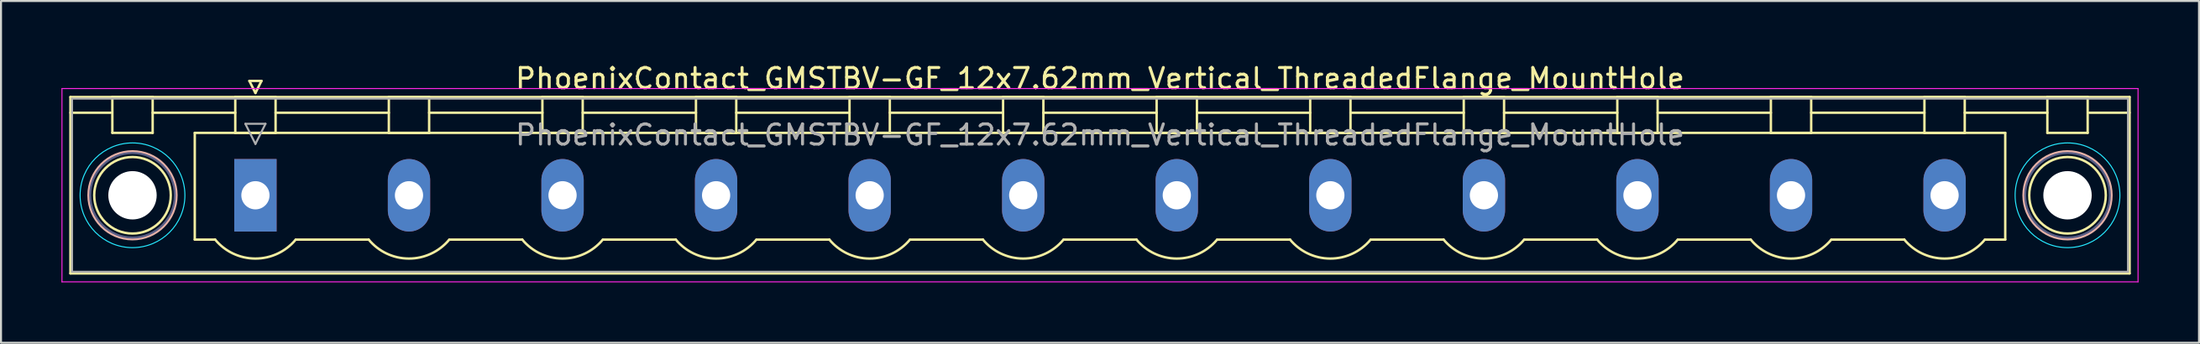
<source format=kicad_pcb>
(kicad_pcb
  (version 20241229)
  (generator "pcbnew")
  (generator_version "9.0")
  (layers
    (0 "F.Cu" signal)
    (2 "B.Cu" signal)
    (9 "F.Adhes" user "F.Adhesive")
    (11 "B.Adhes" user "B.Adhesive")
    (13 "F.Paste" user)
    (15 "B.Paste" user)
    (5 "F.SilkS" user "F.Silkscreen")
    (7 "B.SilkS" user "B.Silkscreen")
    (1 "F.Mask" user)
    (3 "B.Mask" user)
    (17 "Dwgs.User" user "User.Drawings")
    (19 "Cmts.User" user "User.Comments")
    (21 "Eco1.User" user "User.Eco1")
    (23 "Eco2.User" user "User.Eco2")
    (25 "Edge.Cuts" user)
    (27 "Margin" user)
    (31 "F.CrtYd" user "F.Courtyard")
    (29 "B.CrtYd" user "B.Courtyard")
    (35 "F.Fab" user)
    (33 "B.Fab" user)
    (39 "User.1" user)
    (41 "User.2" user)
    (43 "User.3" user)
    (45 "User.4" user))
  (footprint "PhoenixContact_GMSTBV-GF_12x7.62mm_Vertical_ThreadedFlange_MountHole"
    (layer "F.Cu")
    (at 9.625 6.648)
    (property "Reference" "PhoenixContact_GMSTBV-GF_12x7.62mm_Vertical_ThreadedFlange_MountHole" (at 41.91 -5.8 0) (layer "F.SilkS") (effects (font (size 1 1) (thickness 0.15))))
    (attr through_hole)
    (fp_line (start -9.18 -4.88) (end -9.18 3.88) (stroke (width 0.12) (type solid)) (layer "F.SilkS"))
    (fp_line (start -9.18 -4.1) (end -7.18 -4.1) (stroke (width 0.12) (type solid)) (layer "F.SilkS"))
    (fp_line (start -9.18 3.88) (end 93 3.88) (stroke (width 0.12) (type solid)) (layer "F.SilkS"))
    (fp_line (start -7.1 -4.88) (end -5.1 -4.88) (stroke (width 0.12) (type solid)) (layer "F.SilkS"))
    (fp_line (start -7.1 -3.1) (end -7.1 -4.88) (stroke (width 0.12) (type solid)) (layer "F.SilkS"))
    (fp_line (start -5.1 -4.88) (end -5.1 -3.1) (stroke (width 0.12) (type solid)) (layer "F.SilkS"))
    (fp_line (start -5.1 -4.1) (end -1 -4.1) (stroke (width 0.12) (type solid)) (layer "F.SilkS"))
    (fp_line (start -5.1 -3.1) (end -7.1 -3.1) (stroke (width 0.12) (type solid)) (layer "F.SilkS"))
    (fp_line (start -3.01 -3.1) (end 86.83 -3.1) (stroke (width 0.12) (type solid)) (layer "F.SilkS"))
    (fp_line (start -3.01 2.2) (end -3.01 -3.1) (stroke (width 0.12) (type solid)) (layer "F.SilkS"))
    (fp_line (start -2 2.2) (end -3.01 2.2) (stroke (width 0.12) (type solid)) (layer "F.SilkS"))
    (fp_line (start -1 -4.88) (end 1 -4.88) (stroke (width 0.12) (type solid)) (layer "F.SilkS"))
    (fp_line (start -1 -3.1) (end -1 -4.88) (stroke (width 0.12) (type solid)) (layer "F.SilkS"))
    (fp_line (start -0.3 -5.68) (end 0.3 -5.68) (stroke (width 0.12) (type solid)) (layer "F.SilkS"))
    (fp_line (start 0 -5.08) (end -0.3 -5.68) (stroke (width 0.12) (type solid)) (layer "F.SilkS"))
    (fp_line (start 0.3 -5.68) (end 0 -5.08) (stroke (width 0.12) (type solid)) (layer "F.SilkS"))
    (fp_line (start 1 -4.88) (end 1 -3.1) (stroke (width 0.12) (type solid)) (layer "F.SilkS"))
    (fp_line (start 1 -4.1) (end 6.62 -4.1) (stroke (width 0.12) (type solid)) (layer "F.SilkS"))
    (fp_line (start 1 -3.1) (end -1 -3.1) (stroke (width 0.12) (type solid)) (layer "F.SilkS"))
    (fp_line (start 2 2.2) (end 5.62 2.2) (stroke (width 0.12) (type solid)) (layer "F.SilkS"))
    (fp_line (start 6.62 -4.88) (end 8.62 -4.88) (stroke (width 0.12) (type solid)) (layer "F.SilkS"))
    (fp_line (start 6.62 -3.1) (end 6.62 -4.88) (stroke (width 0.12) (type solid)) (layer "F.SilkS"))
    (fp_line (start 8.62 -4.88) (end 8.62 -3.1) (stroke (width 0.12) (type solid)) (layer "F.SilkS"))
    (fp_line (start 8.62 -4.1) (end 14.24 -4.1) (stroke (width 0.12) (type solid)) (layer "F.SilkS"))
    (fp_line (start 8.62 -3.1) (end 6.62 -3.1) (stroke (width 0.12) (type solid)) (layer "F.SilkS"))
    (fp_line (start 9.62 2.2) (end 13.24 2.2) (stroke (width 0.12) (type solid)) (layer "F.SilkS"))
    (fp_line (start 14.24 -4.88) (end 16.24 -4.88) (stroke (width 0.12) (type solid)) (layer "F.SilkS"))
    (fp_line (start 14.24 -3.1) (end 14.24 -4.88) (stroke (width 0.12) (type solid)) (layer "F.SilkS"))
    (fp_line (start 16.24 -4.88) (end 16.24 -3.1) (stroke (width 0.12) (type solid)) (layer "F.SilkS"))
    (fp_line (start 16.24 -4.1) (end 21.86 -4.1) (stroke (width 0.12) (type solid)) (layer "F.SilkS"))
    (fp_line (start 16.24 -3.1) (end 14.24 -3.1) (stroke (width 0.12) (type solid)) (layer "F.SilkS"))
    (fp_line (start 17.24 2.2) (end 20.86 2.2) (stroke (width 0.12) (type solid)) (layer "F.SilkS"))
    (fp_line (start 21.86 -4.88) (end 23.86 -4.88) (stroke (width 0.12) (type solid)) (layer "F.SilkS"))
    (fp_line (start 21.86 -3.1) (end 21.86 -4.88) (stroke (width 0.12) (type solid)) (layer "F.SilkS"))
    (fp_line (start 23.86 -4.88) (end 23.86 -3.1) (stroke (width 0.12) (type solid)) (layer "F.SilkS"))
    (fp_line (start 23.86 -4.1) (end 29.48 -4.1) (stroke (width 0.12) (type solid)) (layer "F.SilkS"))
    (fp_line (start 23.86 -3.1) (end 21.86 -3.1) (stroke (width 0.12) (type solid)) (layer "F.SilkS"))
    (fp_line (start 24.86 2.2) (end 28.48 2.2) (stroke (width 0.12) (type solid)) (layer "F.SilkS"))
    (fp_line (start 29.48 -4.88) (end 31.48 -4.88) (stroke (width 0.12) (type solid)) (layer "F.SilkS"))
    (fp_line (start 29.48 -3.1) (end 29.48 -4.88) (stroke (width 0.12) (type solid)) (layer "F.SilkS"))
    (fp_line (start 31.48 -4.88) (end 31.48 -3.1) (stroke (width 0.12) (type solid)) (layer "F.SilkS"))
    (fp_line (start 31.48 -4.1) (end 37.1 -4.1) (stroke (width 0.12) (type solid)) (layer "F.SilkS"))
    (fp_line (start 31.48 -3.1) (end 29.48 -3.1) (stroke (width 0.12) (type solid)) (layer "F.SilkS"))
    (fp_line (start 32.48 2.2) (end 36.1 2.2) (stroke (width 0.12) (type solid)) (layer "F.SilkS"))
    (fp_line (start 37.1 -4.88) (end 39.1 -4.88) (stroke (width 0.12) (type solid)) (layer "F.SilkS"))
    (fp_line (start 37.1 -3.1) (end 37.1 -4.88) (stroke (width 0.12) (type solid)) (layer "F.SilkS"))
    (fp_line (start 39.1 -4.88) (end 39.1 -3.1) (stroke (width 0.12) (type solid)) (layer "F.SilkS"))
    (fp_line (start 39.1 -4.1) (end 44.72 -4.1) (stroke (width 0.12) (type solid)) (layer "F.SilkS"))
    (fp_line (start 39.1 -3.1) (end 37.1 -3.1) (stroke (width 0.12) (type solid)) (layer "F.SilkS"))
    (fp_line (start 40.1 2.2) (end 43.72 2.2) (stroke (width 0.12) (type solid)) (layer "F.SilkS"))
    (fp_line (start 44.72 -4.88) (end 46.72 -4.88) (stroke (width 0.12) (type solid)) (layer "F.SilkS"))
    (fp_line (start 44.72 -3.1) (end 44.72 -4.88) (stroke (width 0.12) (type solid)) (layer "F.SilkS"))
    (fp_line (start 46.72 -4.88) (end 46.72 -3.1) (stroke (width 0.12) (type solid)) (layer "F.SilkS"))
    (fp_line (start 46.72 -4.1) (end 52.34 -4.1) (stroke (width 0.12) (type solid)) (layer "F.SilkS"))
    (fp_line (start 46.72 -3.1) (end 44.72 -3.1) (stroke (width 0.12) (type solid)) (layer "F.SilkS"))
    (fp_line (start 47.72 2.2) (end 51.34 2.2) (stroke (width 0.12) (type solid)) (layer "F.SilkS"))
    (fp_line (start 52.34 -4.88) (end 54.34 -4.88) (stroke (width 0.12) (type solid)) (layer "F.SilkS"))
    (fp_line (start 52.34 -3.1) (end 52.34 -4.88) (stroke (width 0.12) (type solid)) (layer "F.SilkS"))
    (fp_line (start 54.34 -4.88) (end 54.34 -3.1) (stroke (width 0.12) (type solid)) (layer "F.SilkS"))
    (fp_line (start 54.34 -4.1) (end 59.96 -4.1) (stroke (width 0.12) (type solid)) (layer "F.SilkS"))
    (fp_line (start 54.34 -3.1) (end 52.34 -3.1) (stroke (width 0.12) (type solid)) (layer "F.SilkS"))
    (fp_line (start 55.34 2.2) (end 58.96 2.2) (stroke (width 0.12) (type solid)) (layer "F.SilkS"))
    (fp_line (start 59.96 -4.88) (end 61.96 -4.88) (stroke (width 0.12) (type solid)) (layer "F.SilkS"))
    (fp_line (start 59.96 -3.1) (end 59.96 -4.88) (stroke (width 0.12) (type solid)) (layer "F.SilkS"))
    (fp_line (start 61.96 -4.88) (end 61.96 -3.1) (stroke (width 0.12) (type solid)) (layer "F.SilkS"))
    (fp_line (start 61.96 -4.1) (end 67.58 -4.1) (stroke (width 0.12) (type solid)) (layer "F.SilkS"))
    (fp_line (start 61.96 -3.1) (end 59.96 -3.1) (stroke (width 0.12) (type solid)) (layer "F.SilkS"))
    (fp_line (start 62.96 2.2) (end 66.58 2.2) (stroke (width 0.12) (type solid)) (layer "F.SilkS"))
    (fp_line (start 67.58 -4.88) (end 69.58 -4.88) (stroke (width 0.12) (type solid)) (layer "F.SilkS"))
    (fp_line (start 67.58 -3.1) (end 67.58 -4.88) (stroke (width 0.12) (type solid)) (layer "F.SilkS"))
    (fp_line (start 69.58 -4.88) (end 69.58 -3.1) (stroke (width 0.12) (type solid)) (layer "F.SilkS"))
    (fp_line (start 69.58 -4.1) (end 75.2 -4.1) (stroke (width 0.12) (type solid)) (layer "F.SilkS"))
    (fp_line (start 69.58 -3.1) (end 67.58 -3.1) (stroke (width 0.12) (type solid)) (layer "F.SilkS"))
    (fp_line (start 70.58 2.2) (end 74.2 2.2) (stroke (width 0.12) (type solid)) (layer "F.SilkS"))
    (fp_line (start 75.2 -4.88) (end 77.2 -4.88) (stroke (width 0.12) (type solid)) (layer "F.SilkS"))
    (fp_line (start 75.2 -3.1) (end 75.2 -4.88) (stroke (width 0.12) (type solid)) (layer "F.SilkS"))
    (fp_line (start 77.2 -4.88) (end 77.2 -3.1) (stroke (width 0.12) (type solid)) (layer "F.SilkS"))
    (fp_line (start 77.2 -4.1) (end 82.82 -4.1) (stroke (width 0.12) (type solid)) (layer "F.SilkS"))
    (fp_line (start 77.2 -3.1) (end 75.2 -3.1) (stroke (width 0.12) (type solid)) (layer "F.SilkS"))
    (fp_line (start 78.2 2.2) (end 81.82 2.2) (stroke (width 0.12) (type solid)) (layer "F.SilkS"))
    (fp_line (start 82.82 -4.88) (end 84.82 -4.88) (stroke (width 0.12) (type solid)) (layer "F.SilkS"))
    (fp_line (start 82.82 -3.1) (end 82.82 -4.88) (stroke (width 0.12) (type solid)) (layer "F.SilkS"))
    (fp_line (start 84.82 -4.88) (end 84.82 -3.1) (stroke (width 0.12) (type solid)) (layer "F.SilkS"))
    (fp_line (start 84.82 -4.1) (end 88.92 -4.1) (stroke (width 0.12) (type solid)) (layer "F.SilkS"))
    (fp_line (start 84.82 -3.1) (end 82.82 -3.1) (stroke (width 0.12) (type solid)) (layer "F.SilkS"))
    (fp_line (start 86.83 -3.1) (end 86.83 2.2) (stroke (width 0.12) (type solid)) (layer "F.SilkS"))
    (fp_line (start 86.83 2.2) (end 85.82 2.2) (stroke (width 0.12) (type solid)) (layer "F.SilkS"))
    (fp_line (start 88.92 -4.88) (end 90.92 -4.88) (stroke (width 0.12) (type solid)) (layer "F.SilkS"))
    (fp_line (start 88.92 -3.1) (end 88.92 -4.88) (stroke (width 0.12) (type solid)) (layer "F.SilkS"))
    (fp_line (start 90.92 -4.88) (end 90.92 -3.1) (stroke (width 0.12) (type solid)) (layer "F.SilkS"))
    (fp_line (start 90.92 -3.1) (end 88.92 -3.1) (stroke (width 0.12) (type solid)) (layer "F.SilkS"))
    (fp_line (start 93 -4.88) (end -9.18 -4.88) (stroke (width 0.12) (type solid)) (layer "F.SilkS"))
    (fp_line (start 93 -4.1) (end 91 -4.1) (stroke (width 0.12) (type solid)) (layer "F.SilkS"))
    (fp_line (start 93 3.88) (end 93 -4.88) (stroke (width 0.12) (type solid)) (layer "F.SilkS"))
    (fp_arc (start 1.986842 2.215821) (mid -0.010289 3.142758) (end -2 2.2) (stroke (width 0.12) (type solid)) (layer "F.SilkS"))
    (fp_arc (start 9.606842 2.215821) (mid 7.609711 3.142758) (end 5.62 2.2) (stroke (width 0.12) (type solid)) (layer "F.SilkS"))
    (fp_arc (start 17.226842 2.215821) (mid 15.229711 3.142758) (end 13.24 2.2) (stroke (width 0.12) (type solid)) (layer "F.SilkS"))
    (fp_arc (start 24.846842 2.215821) (mid 22.849711 3.142758) (end 20.86 2.2) (stroke (width 0.12) (type solid)) (layer "F.SilkS"))
    (fp_arc (start 32.466842 2.215821) (mid 30.469711 3.142758) (end 28.48 2.2) (stroke (width 0.12) (type solid)) (layer "F.SilkS"))
    (fp_arc (start 40.086842 2.215821) (mid 38.089711 3.142758) (end 36.1 2.2) (stroke (width 0.12) (type solid)) (layer "F.SilkS"))
    (fp_arc (start 47.706842 2.215821) (mid 45.709711 3.142758) (end 43.72 2.2) (stroke (width 0.12) (type solid)) (layer "F.SilkS"))
    (fp_arc (start 55.326842 2.215821) (mid 53.329711 3.142758) (end 51.34 2.2) (stroke (width 0.12) (type solid)) (layer "F.SilkS"))
    (fp_arc (start 62.946842 2.215821) (mid 60.949711 3.142758) (end 58.96 2.2) (stroke (width 0.12) (type solid)) (layer "F.SilkS"))
    (fp_arc (start 70.566842 2.215821) (mid 68.569711 3.142758) (end 66.58 2.2) (stroke (width 0.12) (type solid)) (layer "F.SilkS"))
    (fp_arc (start 78.186842 2.215821) (mid 76.189711 3.142758) (end 74.2 2.2) (stroke (width 0.12) (type solid)) (layer "F.SilkS"))
    (fp_arc (start 85.806842 2.215821) (mid 83.809711 3.142758) (end 81.82 2.2) (stroke (width 0.12) (type solid)) (layer "F.SilkS"))
    (fp_circle (center -6.1 0) (end -4.2 0) (stroke (width 0.12) (type solid)) (fill no) (layer "F.SilkS"))
    (fp_circle (center 89.92 0) (end 91.82 0) (stroke (width 0.12) (type solid)) (fill no) (layer "F.SilkS"))
    (fp_circle (center -6.1 0) (end -3.92 0) (stroke (width 0.12) (type solid)) (fill no) (layer "B.SilkS"))
    (fp_circle (center 89.92 0) (end 92.1 0) (stroke (width 0.12) (type solid)) (fill no) (layer "B.SilkS"))
    (fp_circle (center -6.1 0) (end -3.5 0) (stroke (width 0.05) (type solid)) (fill no) (layer "B.CrtYd"))
    (fp_circle (center 89.92 0) (end 92.52 0) (stroke (width 0.05) (type solid)) (fill no) (layer "B.CrtYd"))
    (fp_line (start -9.6 -5.3) (end -9.6 4.3) (stroke (width 0.05) (type solid)) (layer "F.CrtYd"))
    (fp_line (start -9.6 4.3) (end 93.42 4.3) (stroke (width 0.05) (type solid)) (layer "F.CrtYd"))
    (fp_line (start 93.42 -5.3) (end -9.6 -5.3) (stroke (width 0.05) (type solid)) (layer "F.CrtYd"))
    (fp_line (start 93.42 4.3) (end 93.42 -5.3) (stroke (width 0.05) (type solid)) (layer "F.CrtYd"))
    (fp_circle (center -6.1 0) (end -4 0) (stroke (width 0.1) (type solid)) (fill no) (layer "B.Fab"))
    (fp_circle (center 89.92 0) (end 92.02 0) (stroke (width 0.1) (type solid)) (fill no) (layer "B.Fab"))
    (fp_line (start -9.1 -4.8) (end -9.1 3.8) (stroke (width 0.1) (type solid)) (layer "F.Fab"))
    (fp_line (start -9.1 3.8) (end 92.92 3.8) (stroke (width 0.1) (type solid)) (layer "F.Fab"))
    (fp_line (start -0.5 -3.55) (end 0.5 -3.55) (stroke (width 0.1) (type solid)) (layer "F.Fab"))
    (fp_line (start 0 -2.55) (end -0.5 -3.55) (stroke (width 0.1) (type solid)) (layer "F.Fab"))
    (fp_line (start 0.5 -3.55) (end 0 -2.55) (stroke (width 0.1) (type solid)) (layer "F.Fab"))
    (fp_line (start 92.92 -4.8) (end -9.1 -4.8) (stroke (width 0.1) (type solid)) (layer "F.Fab"))
    (fp_line (start 92.92 3.8) (end 92.92 -4.8) (stroke (width 0.1) (type solid)) (layer "F.Fab"))
    (fp_text user "${REFERENCE}" (at 41.91 -3 0) (layer "F.Fab") (effects (font (size 1 1) (thickness 0.15))))
    (pad "" np_thru_hole circle (at -6.1 0) (size 2.4 2.4) (drill 2.4) (layers "*.Cu" "*.Mask"))
    (pad "" np_thru_hole circle (at 89.92 0) (size 2.4 2.4) (drill 2.4) (layers "*.Cu" "*.Mask"))
    (pad "1" thru_hole rect (at 0 0) (size 2.1 3.6) (drill 1.4) (layers "*.Cu" "*.Mask"))
    (pad "2" thru_hole oval (at 7.62 0) (size 2.1 3.6) (drill 1.4) (layers "*.Cu" "*.Mask"))
    (pad "3" thru_hole oval (at 15.24 0) (size 2.1 3.6) (drill 1.4) (layers "*.Cu" "*.Mask"))
    (pad "4" thru_hole oval (at 22.86 0) (size 2.1 3.6) (drill 1.4) (layers "*.Cu" "*.Mask"))
    (pad "5" thru_hole oval (at 30.48 0) (size 2.1 3.6) (drill 1.4) (layers "*.Cu" "*.Mask"))
    (pad "6" thru_hole oval (at 38.1 0) (size 2.1 3.6) (drill 1.4) (layers "*.Cu" "*.Mask"))
    (pad "7" thru_hole oval (at 45.72 0) (size 2.1 3.6) (drill 1.4) (layers "*.Cu" "*.Mask"))
    (pad "8" thru_hole oval (at 53.34 0) (size 2.1 3.6) (drill 1.4) (layers "*.Cu" "*.Mask"))
    (pad "9" thru_hole oval (at 60.96 0) (size 2.1 3.6) (drill 1.4) (layers "*.Cu" "*.Mask"))
    (pad "10" thru_hole oval (at 68.58 0) (size 2.1 3.6) (drill 1.4) (layers "*.Cu" "*.Mask"))
    (pad "11" thru_hole oval (at 76.2 0) (size 2.1 3.6) (drill 1.4) (layers "*.Cu" "*.Mask"))
    (pad "12" thru_hole oval (at 83.82 0) (size 2.1 3.6) (drill 1.4) (layers "*.Cu" "*.Mask")))
  (gr_rect
    (start -3 -3)
    (end 106.07 13.973)
    (stroke (width 0.1) (type default))
    (fill no)
    (layer "Edge.Cuts")))
</source>
